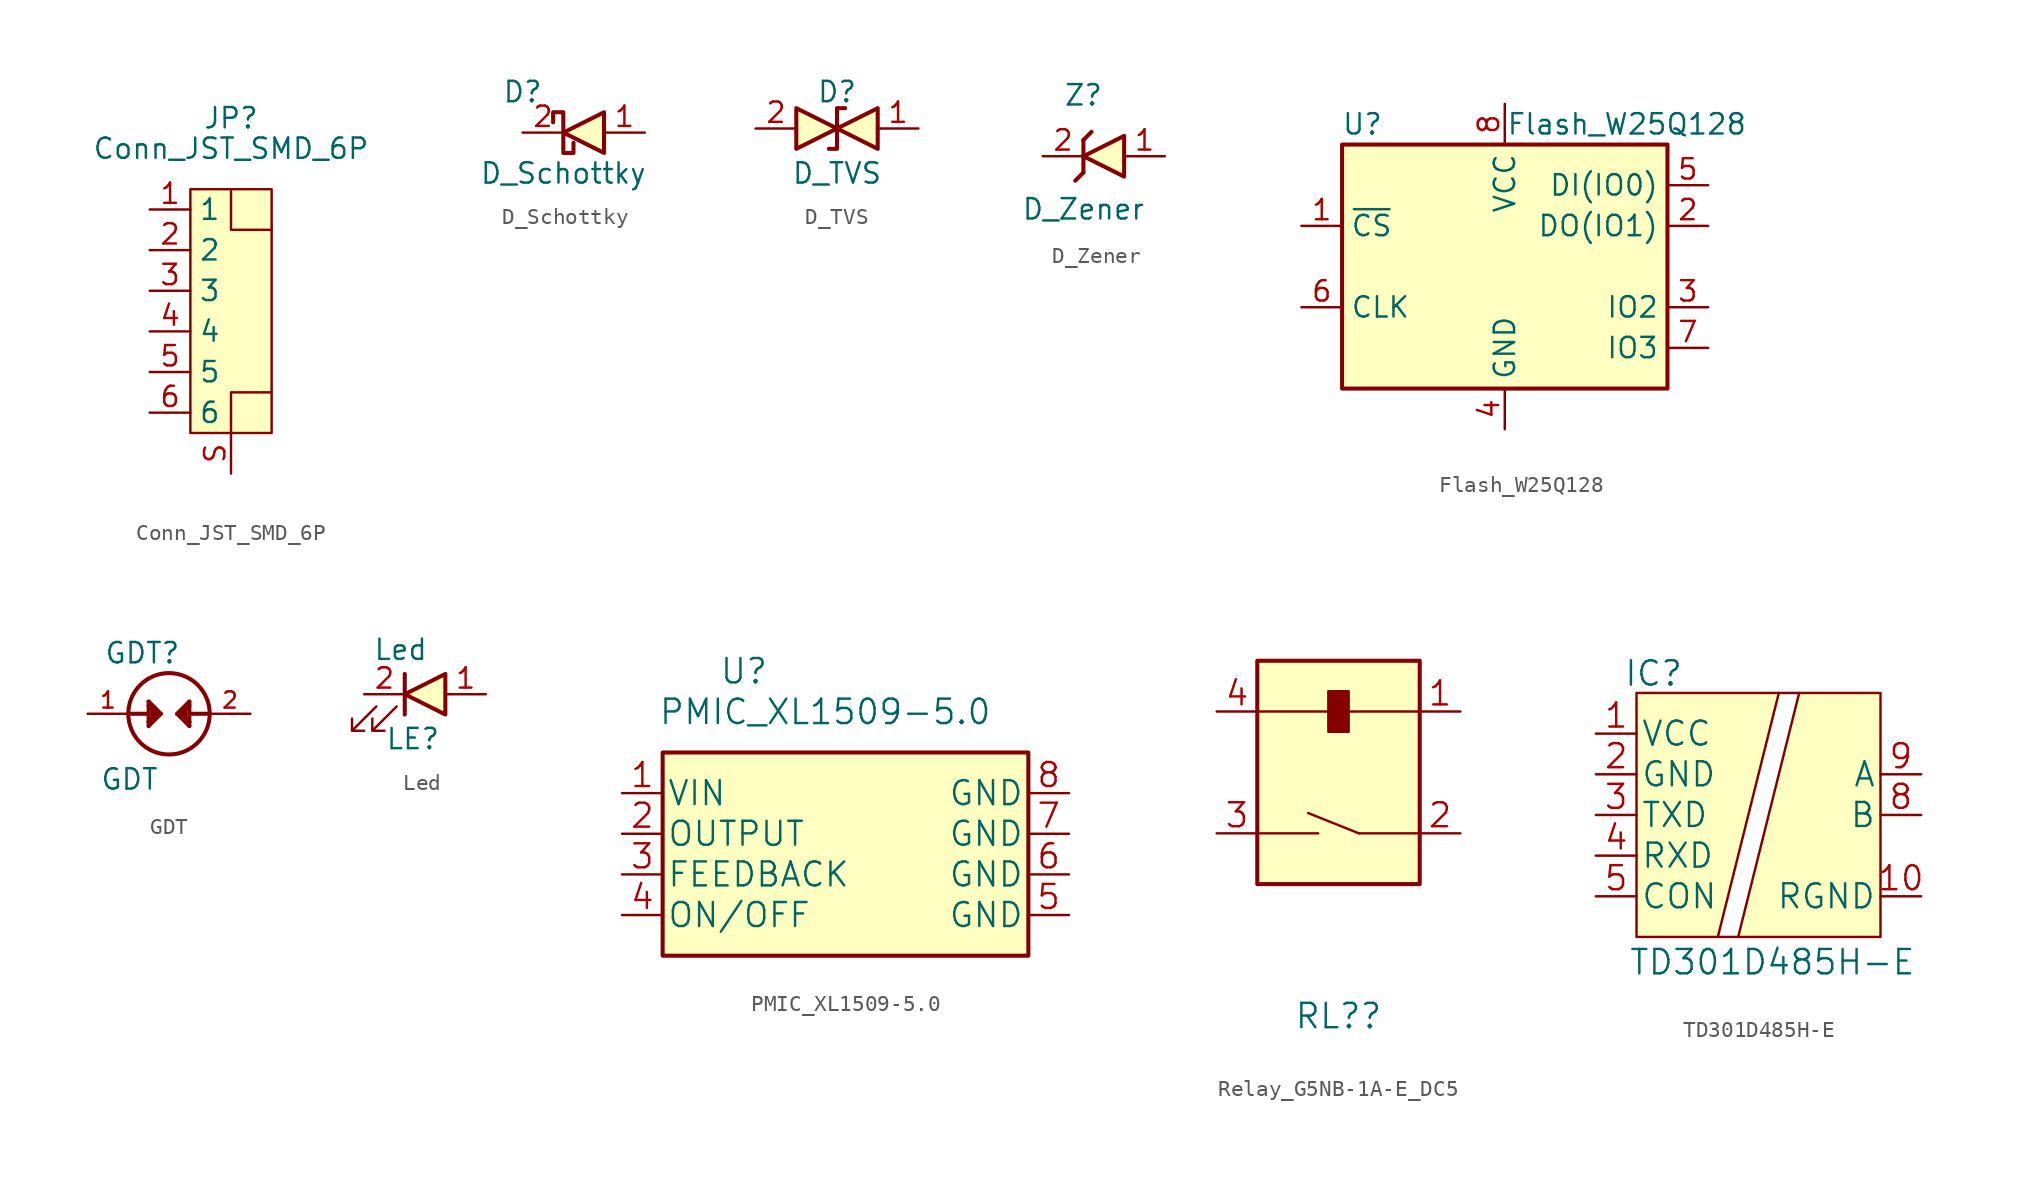
<source format=kicad_sym>
(kicad_symbol_lib
  (version 20211014)
  (generator kicad_symbol_editor)
  (symbol "Conn_JST_SMD_6P"
    (property "Reference" "JP"
      (at 0 10.16 0)
      (effects (font (size 1.27 1.27))))
    (property "Value" "Conn_JST_SMD_6P"
      (at 0 8.255 0)
      (effects (font (size 1.27 1.27))))
    (symbol "Conn_JST_SMD_6P_0_1"
      (rectangle (start -2.54 5.715) (end 2.54 -9.525) (stroke (width 0) (type default) (color 0 0 0 0)) (fill (type background)))
      (polyline (pts (xy 0 5.715) (xy 0 3.175) (xy 2.54 3.175)) (stroke (width 0) (type default) (color 0 0 0 0)) (fill (type none)))
      (polyline (pts (xy 2.54 -6.985) (xy 0 -6.985) (xy 0 -9.525)) (stroke (width 0) (type default) (color 0 0 0 0)) (fill (type none))))
    (symbol "Conn_JST_SMD_6P_1_1"
      (pin passive line (at -5.08 4.445 0) (length 2.54) (name "1" (effects (font (size 1.27 1.27)))) (number "1" (effects (font (size 1.27 1.27)))))
      (pin passive line (at -5.08 1.905 0) (length 2.54) (name "2" (effects (font (size 1.27 1.27)))) (number "2" (effects (font (size 1.27 1.27)))))
      (pin passive line (at -5.08 -0.635 0) (length 2.54) (name "3" (effects (font (size 1.27 1.27)))) (number "3" (effects (font (size 1.27 1.27)))))
      (pin passive line (at -5.08 -3.175 0) (length 2.54) (name "4" (effects (font (size 1.27 1.27)))) (number "4" (effects (font (size 1.27 1.27)))))
      (pin passive line (at -5.08 -5.715 0) (length 2.54) (name "5" (effects (font (size 1.27 1.27)))) (number "5" (effects (font (size 1.27 1.27)))))
      (pin passive line (at -5.08 -8.255 0) (length 2.54) (name "6" (effects (font (size 1.27 1.27)))) (number "6" (effects (font (size 1.27 1.27)))))
      (pin passive line (at 0 -12.065 90) (length 2.54) (name "" (effects (font (size 1.27 1.27)))) (number "S" (effects (font (size 1.27 1.27)))))))
  (symbol "D_Schottky"
    (property "Reference" "D"
      (at -2.54 2.54 0)
      (effects (font (size 1.27 1.27))))
    (property "Value" "D_Schottky"
      (at 0 -2.54 0)
      (effects (font (size 1.27 1.27))))
    (symbol "D_Schottky_0_1"
      (polyline (pts (xy 2.54 1.27) (xy 2.54 -1.27) (xy 0 0) (xy 2.54 1.27)) (stroke (width 0.254) (type default) (color 0 0 0 0)) (fill (type background)))
      (polyline (pts (xy -0.635 0.635) (xy -0.635 1.27) (xy 0 1.27) (xy 0 -1.27) (xy 0.635 -1.27) (xy 0.635 -0.635)) (stroke (width 0.254) (type default) (color 0 0 0 0)) (fill (type none))))
    (symbol "D_Schottky_1_1"
      (pin passive line (at 5.08 0 180) (length 2.54) (name "" (effects (font (size 1.27 1.27)))) (number "1" (effects (font (size 1.27 1.27)))))
      (pin passive line (at -2.54 0 0) (length 2.54) (name "" (effects (font (size 1.27 1.27)))) (number "2" (effects (font (size 1.27 1.27)))))))
  (symbol "D_TVS"
    (property "Reference" "D"
      (at 0 2.286 0)
      (effects (font (size 1.27 1.27))))
    (property "Value" "D_TVS"
      (at 0 -2.794 0)
      (effects (font (size 1.27 1.27))))
    (symbol "D_TVS_0_1"
      (polyline (pts (xy -2.54 1.27) (xy 0 0) (xy -2.54 -1.27) (xy -2.54 1.27)) (stroke (width 0.254) (type default) (color 0 0 0 0)) (fill (type background)))
      (polyline (pts (xy 0.508 1.27) (xy 0 1.27) (xy 0 -1.27) (xy -0.508 -1.27)) (stroke (width 0.254) (type default) (color 0 0 0 0)) (fill (type none)))
      (polyline (pts (xy 2.54 -1.27) (xy 0 0) (xy 2.54 1.27) (xy 2.54 -1.27)) (stroke (width 0.254) (type default) (color 0 0 0 0)) (fill (type background))))
    (symbol "D_TVS_1_1"
      (pin passive line (at 5.08 0 180) (length 2.54) (name "" (effects (font (size 1.27 1.27)))) (number "1" (effects (font (size 1.27 1.27)))))
      (pin passive line (at -5.08 0 0) (length 2.54) (name "" (effects (font (size 1.27 1.27)))) (number "2" (effects (font (size 1.27 1.27)))))))
  (symbol "D_Zener"
    (property "Reference" "Z"
      (at 0 3.81 0)
      (effects (font (size 1.27 1.27))))
    (property "Value" "D_Zener"
      (at 0 -3.302 0)
      (effects (font (size 1.27 1.27))))
    (symbol "D_Zener_0_1"
      (polyline (pts (xy 0 -1.016) (xy -0.508 -1.524)) (stroke (width 0.254) (type default) (color 0 0 0 0)) (fill (type none)))
      (polyline (pts (xy 0 1.016) (xy 0 -1.016)) (stroke (width 0.254) (type default) (color 0 0 0 0)) (fill (type none)))
      (polyline (pts (xy 0 1.016) (xy 0.508 1.524)) (stroke (width 0.254) (type default) (color 0 0 0 0)) (fill (type none)))
      (polyline (pts (xy 2.54 1.27) (xy 2.54 -1.27) (xy 0 0) (xy 2.54 1.27)) (stroke (width 0.254) (type default) (color 0 0 0 0)) (fill (type background))))
    (symbol "D_Zener_1_1"
      (pin passive line (at 5.08 0 180) (length 2.54) (name "" (effects (font (size 1.27 1.27)))) (number "1" (effects (font (size 1.27 1.27)))))
      (pin passive line (at -2.54 0 0) (length 2.54) (name "" (effects (font (size 1.27 1.27)))) (number "2" (effects (font (size 1.27 1.27)))))))
  (symbol "Flash_W25Q128"
    (property "Reference" "U"
      (at -8.89 8.89 0)
      (effects (font (size 1.27 1.27))))
    (property "Value" "Flash_W25Q128"
      (at 7.62 8.89 0)
      (effects (font (size 1.27 1.27))))
    (symbol "Flash_W25Q128_0_1"
      (rectangle (start -10.16 7.62) (end 10.16 -7.62) (stroke (width 0.254) (type default) (color 0 0 0 0)) (fill (type background))))
    (symbol "Flash_W25Q128_1_1"
      (pin input line (at -12.7 2.54 0) (length 2.54) (name "~{CS}" (effects (font (size 1.27 1.27)))) (number "1" (effects (font (size 1.27 1.27)))))
      (pin bidirectional line (at 12.7 2.54 180) (length 2.54) (name "DO(IO1)" (effects (font (size 1.27 1.27)))) (number "2" (effects (font (size 1.27 1.27)))))
      (pin bidirectional line (at 12.7 -2.54 180) (length 2.54) (name "IO2" (effects (font (size 1.27 1.27)))) (number "3" (effects (font (size 1.27 1.27)))))
      (pin power_in line (at 0 -10.16 90) (length 2.54) (name "GND" (effects (font (size 1.27 1.27)))) (number "4" (effects (font (size 1.27 1.27)))))
      (pin bidirectional line (at 12.7 5.08 180) (length 2.54) (name "DI(IO0)" (effects (font (size 1.27 1.27)))) (number "5" (effects (font (size 1.27 1.27)))))
      (pin input line (at -12.7 -2.54 0) (length 2.54) (name "CLK" (effects (font (size 1.27 1.27)))) (number "6" (effects (font (size 1.27 1.27)))))
      (pin bidirectional line (at 12.7 -5.08 180) (length 2.54) (name "IO3" (effects (font (size 1.27 1.27)))) (number "7" (effects (font (size 1.27 1.27)))))
      (pin power_in line (at 0 10.16 270) (length 2.54) (name "VCC" (effects (font (size 1.27 1.27)))) (number "8" (effects (font (size 1.27 1.27)))))))
  (symbol "GDT"
    (pin_names
      (offset 1.016))
    (property "Reference" "GDT"
      (at -4.065 3.049 0)
      (effects (font (size 1.27 1.27)) (justify left bottom)))
    (property "Value" "GDT"
      (at -4.321 -4.83 0)
      (effects (font (size 1.27 1.27)) (justify left bottom)))
    (symbol "GDT_0_0"
      (polyline (pts (xy -2.54 0) (xy -1.27 0)) (stroke (width 0.254) (type default) (color 0 0 0 0)) (fill (type none)))
      (polyline (pts (xy -1.27 -0.762) (xy -1.27 -0.508)) (stroke (width 0.254) (type default) (color 0 0 0 0)) (fill (type none)))
      (polyline (pts (xy -1.27 -0.508) (xy -1.27 0)) (stroke (width 0.254) (type default) (color 0 0 0 0)) (fill (type none)))
      (polyline (pts (xy -1.27 -0.508) (xy -1.016 -0.254)) (stroke (width 0.254) (type default) (color 0 0 0 0)) (fill (type none)))
      (polyline (pts (xy -1.27 0) (xy -1.27 0.508)) (stroke (width 0.254) (type default) (color 0 0 0 0)) (fill (type none)))
      (polyline (pts (xy -1.27 0.508) (xy -1.27 0.762)) (stroke (width 0.254) (type default) (color 0 0 0 0)) (fill (type none)))
      (polyline (pts (xy -1.27 0.508) (xy -1.016 0.254)) (stroke (width 0.254) (type default) (color 0 0 0 0)) (fill (type none)))
      (polyline (pts (xy -1.27 0.762) (xy -0.508 0)) (stroke (width 0.254) (type default) (color 0 0 0 0)) (fill (type none)))
      (polyline (pts (xy -1.016 -0.254) (xy -1.016 0.254)) (stroke (width 0.254) (type default) (color 0 0 0 0)) (fill (type none)))
      (polyline (pts (xy -1.016 0.254) (xy -0.762 0)) (stroke (width 0.254) (type default) (color 0 0 0 0)) (fill (type none)))
      (polyline (pts (xy -0.762 0) (xy -1.016 -0.254)) (stroke (width 0.254) (type default) (color 0 0 0 0)) (fill (type none)))
      (polyline (pts (xy -0.508 0) (xy -1.27 -0.762)) (stroke (width 0.254) (type default) (color 0 0 0 0)) (fill (type none)))
      (polyline (pts (xy 0.508 0) (xy 1.27 0.762)) (stroke (width 0.254) (type default) (color 0 0 0 0)) (fill (type none)))
      (polyline (pts (xy 0.762 0) (xy 1.016 0.254)) (stroke (width 0.254) (type default) (color 0 0 0 0)) (fill (type none)))
      (polyline (pts (xy 1.016 -0.254) (xy 0.762 0)) (stroke (width 0.254) (type default) (color 0 0 0 0)) (fill (type none)))
      (polyline (pts (xy 1.016 0.254) (xy 1.016 -0.254)) (stroke (width 0.254) (type default) (color 0 0 0 0)) (fill (type none)))
      (polyline (pts (xy 1.016 0.254) (xy 1.27 0.508)) (stroke (width 0.254) (type default) (color 0 0 0 0)) (fill (type none)))
      (polyline (pts (xy 1.27 -0.762) (xy 0.508 0)) (stroke (width 0.254) (type default) (color 0 0 0 0)) (fill (type none)))
      (polyline (pts (xy 1.27 -0.508) (xy 1.016 -0.254)) (stroke (width 0.254) (type default) (color 0 0 0 0)) (fill (type none)))
      (polyline (pts (xy 1.27 -0.508) (xy 1.27 -0.762)) (stroke (width 0.254) (type default) (color 0 0 0 0)) (fill (type none)))
      (polyline (pts (xy 1.27 0) (xy 1.27 -0.508)) (stroke (width 0.254) (type default) (color 0 0 0 0)) (fill (type none)))
      (polyline (pts (xy 1.27 0.508) (xy 1.27 0)) (stroke (width 0.254) (type default) (color 0 0 0 0)) (fill (type none)))
      (polyline (pts (xy 1.27 0.762) (xy 1.27 0.508)) (stroke (width 0.254) (type default) (color 0 0 0 0)) (fill (type none)))
      (polyline (pts (xy 2.54 0) (xy 1.27 0)) (stroke (width 0.254) (type default) (color 0 0 0 0)) (fill (type none)))
      (circle (center 0 0) (radius 2.54) (stroke (width 0.254) (type default) (color 0 0 0 0)) (fill (type none)))
      (pin passive line (at -5.08 0 0) (length 2.54) (name "~" (effects (font (size 1.016 1.016)))) (number "1" (effects (font (size 1.016 1.016)))))
      (pin passive line (at 5.08 0 180) (length 2.54) (name "~" (effects (font (size 1.016 1.016)))) (number "2" (effects (font (size 1.016 1.016)))))))
  (symbol "Led"
    (property "Reference" "LE"
      (at 0.508 -2.794 0)
      (effects (font (size 1.27 1.27))))
    (property "Value" "Led"
      (at -0.254 2.794 0)
      (effects (font (size 1.27 1.27))))
    (symbol "Led_0_1"
      (polyline (pts (xy 0 -1.27) (xy 0 1.27)) (stroke (width 0.254) (type default) (color 0 0 0 0)) (fill (type none)))
      (polyline (pts (xy 2.54 -1.27) (xy 2.54 1.27) (xy 0 0) (xy 2.54 -1.27)) (stroke (width 0.254) (type default) (color 0 0 0 0)) (fill (type background)))
      (polyline (pts (xy -1.778 -0.762) (xy -3.302 -2.286) (xy -2.54 -2.286) (xy -3.302 -2.286) (xy -3.302 -1.524)) (stroke (width 0) (type default) (color 0 0 0 0)) (fill (type none)))
      (polyline (pts (xy -0.508 -0.762) (xy -2.032 -2.286) (xy -1.27 -2.286) (xy -2.032 -2.286) (xy -2.032 -1.524)) (stroke (width 0) (type default) (color 0 0 0 0)) (fill (type none))))
    (symbol "Led_1_1"
      (pin passive line (at 5.08 0 180) (length 2.54) (name "" (effects (font (size 1.27 1.27)))) (number "1" (effects (font (size 1.27 1.27)))))
      (pin passive line (at -2.54 0 0) (length 2.54) (name "" (effects (font (size 1.27 1.27)))) (number "2" (effects (font (size 1.27 1.27)))))))
  (symbol "PMIC_XL1509-5.0"
    (pin_names
      (offset 0.254))
    (property "Reference" "U"
      (at 12.7 7.62 0)
      (effects (font (size 1.524 1.524))))
    (property "Value" "PMIC_XL1509-5.0"
      (at 17.78 5.08 0)
      (effects (font (size 1.524 1.524))))
    (property "Datasheet" ""
      (at 5.08 0 0)
      (effects (font (size 1.524 1.524))))
    (symbol "PMIC_XL1509-5.0_0_1"
      (rectangle (start 7.62 2.54) (end 30.48 -10.16) (stroke (width 0.254) (type default) (color 0 0 0 0)) (fill (type background))))
    (symbol "PMIC_XL1509-5.0_1_1"
      (pin power_in line (at 5.08 0 0) (length 2.54) (name "VIN" (effects (font (size 1.499 1.499)))) (number "1" (effects (font (size 1.499 1.499)))))
      (pin output line (at 5.08 -2.54 0) (length 2.54) (name "OUTPUT" (effects (font (size 1.499 1.499)))) (number "2" (effects (font (size 1.499 1.499)))))
      (pin input line (at 5.08 -5.08 0) (length 2.54) (name "FEEDBACK" (effects (font (size 1.499 1.499)))) (number "3" (effects (font (size 1.499 1.499)))))
      (pin input line (at 5.08 -7.62 0) (length 2.54) (name "ON/OFF" (effects (font (size 1.499 1.499)))) (number "4" (effects (font (size 1.499 1.499)))))
      (pin power_in line (at 33.02 -7.62 180) (length 2.54) (name "GND" (effects (font (size 1.499 1.499)))) (number "5" (effects (font (size 1.499 1.499)))))
      (pin power_in line (at 33.02 -5.08 180) (length 2.54) (name "GND" (effects (font (size 1.499 1.499)))) (number "6" (effects (font (size 1.499 1.499)))))
      (pin power_in line (at 33.02 -2.54 180) (length 2.54) (name "GND" (effects (font (size 1.499 1.499)))) (number "7" (effects (font (size 1.499 1.499)))))
      (pin power_in line (at 33.02 0 180) (length 2.54) (name "GND" (effects (font (size 1.499 1.499)))) (number "8" (effects (font (size 1.499 1.499)))))))
  (symbol "Relay_G5NB-1A-E_DC5"
    (pin_names
      (offset 0.254) hide)
    (property "Reference" "RL?"
      (at 0 -15.24 0)
      (effects (font (size 1.524 1.524))))
    (symbol "Relay_G5NB-1A-E_DC5_1_1"
      (rectangle (start -5.08 6.985) (end 5.08 -6.985) (stroke (width 0.254) (type default) (color 0 0 0 0)) (fill (type background)))
      (rectangle (start -0.635 5.08) (end 0.635 2.54) (stroke (width 0) (type default) (color 0 0 0 0)) (fill (type outline)))
      (polyline (pts (xy -5.08 -3.81) (xy -1.27 -3.81)) (stroke (width 0) (type default) (color 0 0 0 0)) (fill (type none)))
      (polyline (pts (xy 1.27 -3.81) (xy -1.905 -2.54)) (stroke (width 0) (type default) (color 0 0 0 0)) (fill (type none)))
      (polyline (pts (xy 5.08 -3.81) (xy 1.27 -3.81)) (stroke (width 0) (type default) (color 0 0 0 0)) (fill (type none)))
      (polyline (pts (xy 5.08 3.81) (xy -5.08 3.81)) (stroke (width 0) (type default) (color 0 0 0 0)) (fill (type none)))
      (pin unspecified line (at 7.62 3.81 180) (length 2.54) (name "1" (effects (font (size 1.499 1.499)))) (number "1" (effects (font (size 1.499 1.499)))))
      (pin unspecified line (at 7.62 -3.81 180) (length 2.54) (name "2" (effects (font (size 1.499 1.499)))) (number "2" (effects (font (size 1.499 1.499)))))
      (pin unspecified line (at -7.62 -3.81 0) (length 2.54) (name "3" (effects (font (size 1.499 1.499)))) (number "3" (effects (font (size 1.499 1.499)))))
      (pin unspecified line (at -7.62 3.81 0) (length 2.54) (name "4" (effects (font (size 1.499 1.499)))) (number "4" (effects (font (size 1.499 1.499)))))))
  (symbol "TD301D485H-E"
    (pin_names
      (offset 0.254))
    (property "Reference" "IC"
      (at -11.633 8.839 0)
      (effects (font (size 1.524 1.524))))
    (property "Value" "TD301D485H-E"
      (at -4.216 -9.195 0)
      (effects (font (size 1.524 1.524))))
    (symbol "TD301D485H-E_1_1"
      (polyline (pts (xy -6.35 -7.62) (xy -7.62 -7.62)) (stroke (width 0) (type default) (color 0 0 0 0)) (fill (type none)))
      (polyline (pts (xy -2.54 7.62) (xy -3.81 7.62)) (stroke (width 0) (type default) (color 0 0 0 0)) (fill (type none)))
      (polyline (pts (xy -12.7 7.62) (xy -12.7 -7.62) (xy -7.62 -7.62) (xy -3.81 7.62) (xy -12.7 7.62)) (stroke (width 0) (type default) (color 0 0 0 0)) (fill (type background)))
      (polyline (pts (xy -2.54 7.62) (xy -6.35 -7.62) (xy 2.54 -7.62) (xy 2.54 7.62) (xy -2.54 7.62)) (stroke (width 0) (type default) (color 0 0 0 0)) (fill (type background)))
      (pin power_in line (at -15.24 5.08 0) (length 2.54) (name "VCC" (effects (font (size 1.499 1.499)))) (number "1" (effects (font (size 1.499 1.499)))))
      (pin power_in line (at 5.08 -5.08 180) (length 2.54) (name "RGND" (effects (font (size 1.499 1.499)))) (number "10" (effects (font (size 1.499 1.499)))))
      (pin power_in line (at -15.24 2.54 0) (length 2.54) (name "GND" (effects (font (size 1.499 1.499)))) (number "2" (effects (font (size 1.499 1.499)))))
      (pin output line (at -15.24 0 0) (length 2.54) (name "TXD" (effects (font (size 1.499 1.499)))) (number "3" (effects (font (size 1.499 1.499)))))
      (pin input line (at -15.24 -2.54 0) (length 2.54) (name "RXD" (effects (font (size 1.499 1.499)))) (number "4" (effects (font (size 1.499 1.499)))))
      (pin unspecified line (at -15.24 -5.08 0) (length 2.54) (name "CON" (effects (font (size 1.499 1.499)))) (number "5" (effects (font (size 1.499 1.499)))))
      (pin unspecified line (at 5.08 0 180) (length 2.54) (name "B" (effects (font (size 1.499 1.499)))) (number "8" (effects (font (size 1.499 1.499)))))
      (pin unspecified line (at 5.08 2.54 180) (length 2.54) (name "A" (effects (font (size 1.499 1.499)))) (number "9" (effects (font (size 1.499 1.499))))))))
</source>
